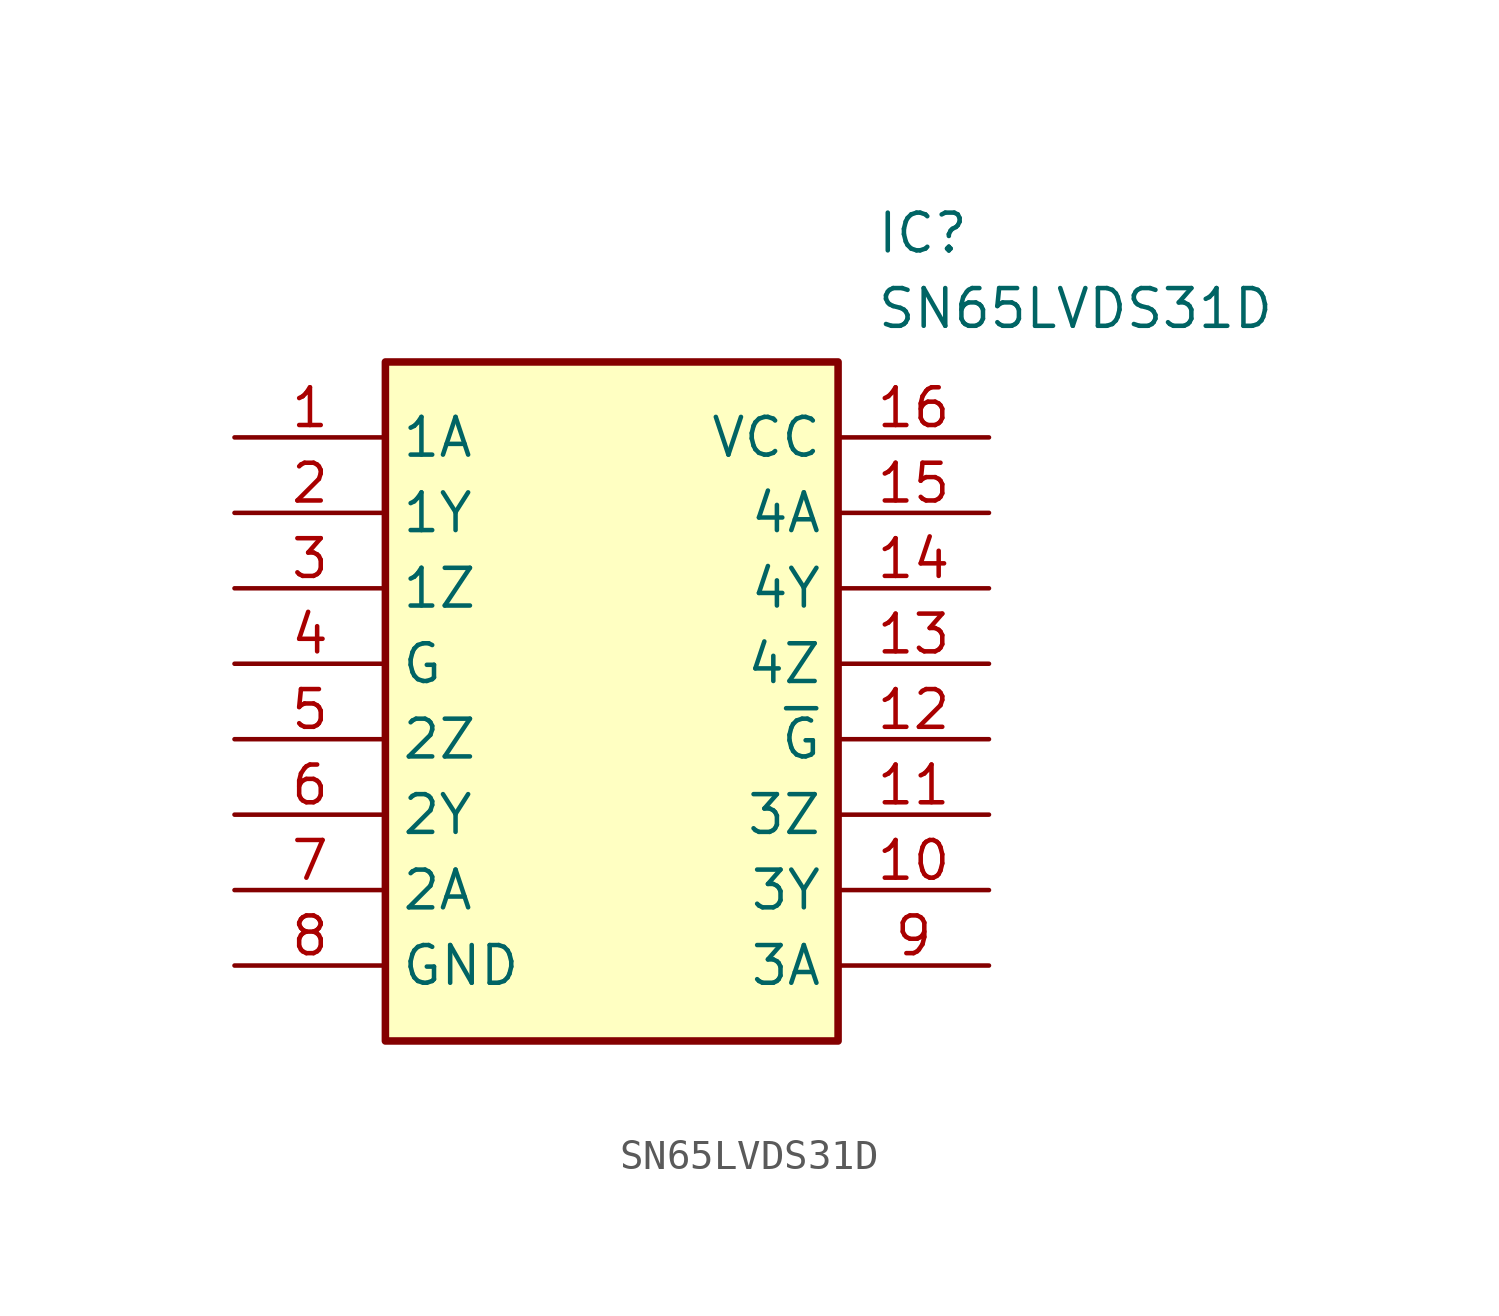
<source format=kicad_sym>
(kicad_symbol_lib
  (version 20211014)
  (generator SamacSys_ECAD_Model)
  (symbol "SN65LVDS31D"
    (property "Reference" "IC"
      (at 21.59 7.62 0)
      (effects (font (size 1.27 1.27)) (justify left top)))
    (property "Value" "SN65LVDS31D"
      (at 21.59 5.08 0)
      (effects (font (size 1.27 1.27)) (justify left top)))
    (rectangle
      (start 5.08 2.54)
      (end 20.32 -20.32)
      (stroke (width 0.254) (type default))
      (fill (type background)))
    (pin passive line
      (at 0 0 0)
      (length 5.08)
      (name "1A" (effects (font (size 1.27 1.27))))
      (number "1" (effects (font (size 1.27 1.27)))))
    (pin passive line
      (at 0 -2.54 0)
      (length 5.08)
      (name "1Y" (effects (font (size 1.27 1.27))))
      (number "2" (effects (font (size 1.27 1.27)))))
    (pin passive line
      (at 0 -5.08 0)
      (length 5.08)
      (name "1Z" (effects (font (size 1.27 1.27))))
      (number "3" (effects (font (size 1.27 1.27)))))
    (pin passive line
      (at 0 -7.62 0)
      (length 5.08)
      (name "G" (effects (font (size 1.27 1.27))))
      (number "4" (effects (font (size 1.27 1.27)))))
    (pin passive line
      (at 0 -10.16 0)
      (length 5.08)
      (name "2Z" (effects (font (size 1.27 1.27))))
      (number "5" (effects (font (size 1.27 1.27)))))
    (pin passive line
      (at 0 -12.7 0)
      (length 5.08)
      (name "2Y" (effects (font (size 1.27 1.27))))
      (number "6" (effects (font (size 1.27 1.27)))))
    (pin passive line
      (at 0 -15.24 0)
      (length 5.08)
      (name "2A" (effects (font (size 1.27 1.27))))
      (number "7" (effects (font (size 1.27 1.27)))))
    (pin passive line
      (at 0 -17.78 0)
      (length 5.08)
      (name "GND" (effects (font (size 1.27 1.27))))
      (number "8" (effects (font (size 1.27 1.27)))))
    (pin passive line
      (at 25.4 0 180)
      (length 5.08)
      (name "VCC" (effects (font (size 1.27 1.27))))
      (number "16" (effects (font (size 1.27 1.27)))))
    (pin passive line
      (at 25.4 -2.54 180)
      (length 5.08)
      (name "4A" (effects (font (size 1.27 1.27))))
      (number "15" (effects (font (size 1.27 1.27)))))
    (pin passive line
      (at 25.4 -5.08 180)
      (length 5.08)
      (name "4Y" (effects (font (size 1.27 1.27))))
      (number "14" (effects (font (size 1.27 1.27)))))
    (pin passive line
      (at 25.4 -7.62 180)
      (length 5.08)
      (name "4Z" (effects (font (size 1.27 1.27))))
      (number "13" (effects (font (size 1.27 1.27)))))
    (pin passive line
      (at 25.4 -10.16 180)
      (length 5.08)
      (name "~{G}" (effects (font (size 1.27 1.27))))
      (number "12" (effects (font (size 1.27 1.27)))))
    (pin passive line
      (at 25.4 -12.7 180)
      (length 5.08)
      (name "3Z" (effects (font (size 1.27 1.27))))
      (number "11" (effects (font (size 1.27 1.27)))))
    (pin passive line
      (at 25.4 -15.24 180)
      (length 5.08)
      (name "3Y" (effects (font (size 1.27 1.27))))
      (number "10" (effects (font (size 1.27 1.27)))))
    (pin passive line
      (at 25.4 -17.78 180)
      (length 5.08)
      (name "3A" (effects (font (size 1.27 1.27))))
      (number "9" (effects (font (size 1.27 1.27)))))))
</source>
